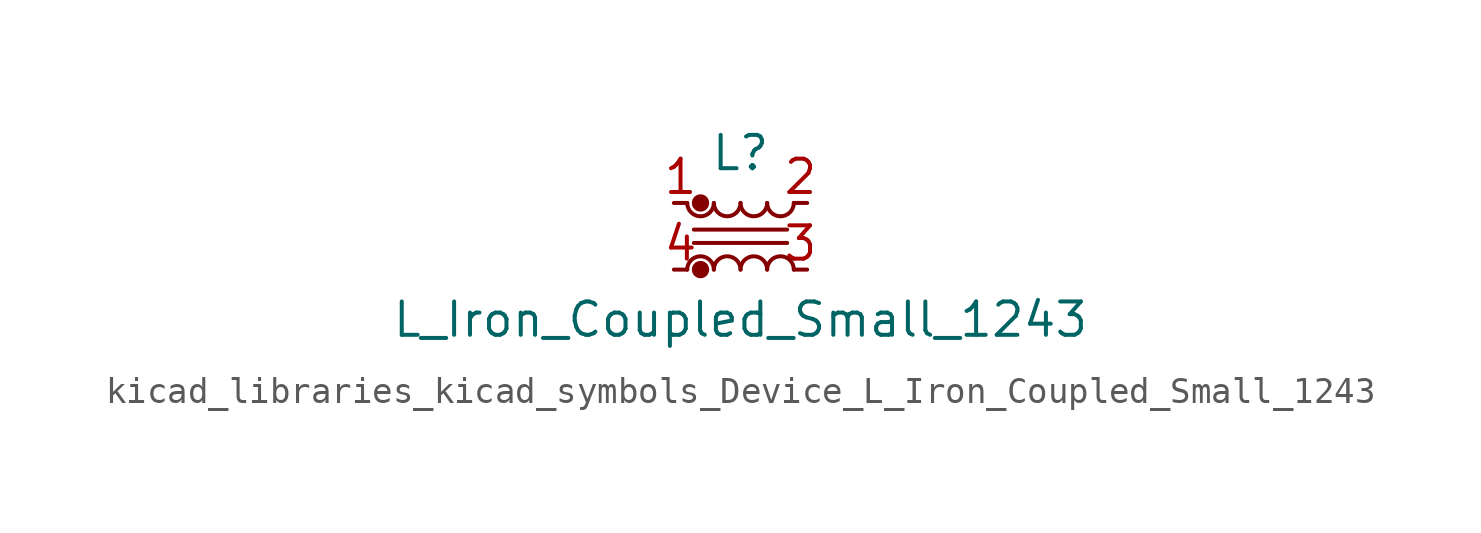
<source format=kicad_sym>
(kicad_symbol_lib
  (version 20220914)
  (generator kicad_symbol_editor)
  (symbol "kicad_libraries_kicad_symbols_Device_L_Iron_Coupled_Small_1243"
    (pin_names
      (offset 0.254) hide)
    (property "Reference" "L"
      (at 0 3.175 0)
      (effects (font (size 1.27 1.27))))
    (property "Value" "L_Iron_Coupled_Small_1243"
      (at 0 -3.175 0)
      (effects (font (size 1.27 1.27))))
    (symbol "kicad_libraries_kicad_symbols_Device_L_Iron_Coupled_Small_1243_0_1"
      (arc (start -2.032 1.27) (mid -1.524 0.7642) (end -1.016 1.27) (stroke (width 0) (type default)) (fill (type none)))
      (circle (center -1.524 -1.27) (radius 0.254) (stroke (width 0) (type default)) (fill (type outline)))
      (circle (center -1.524 1.27) (radius 0.254) (stroke (width 0) (type default)) (fill (type outline)))
      (arc (start -1.016 -1.27) (mid -1.524 -0.7642) (end -2.032 -1.27) (stroke (width 0) (type default)) (fill (type none)))
      (arc (start -1.016 1.27) (mid -0.508 0.7642) (end 0 1.27) (stroke (width 0) (type default)) (fill (type none)))
      (arc (start 0 -1.27) (mid -0.508 -0.7642) (end -1.016 -1.27) (stroke (width 0) (type default)) (fill (type none)))
      (polyline (pts (xy 1.778 -0.254) (xy -1.778 -0.254)) (stroke (width 0) (type default)) (fill (type none)))
      (polyline (pts (xy 1.778 0.254) (xy -1.778 0.254)) (stroke (width 0) (type default)) (fill (type none)))
      (arc (start 0 1.27) (mid 0.508 0.7642) (end 1.016 1.27) (stroke (width 0) (type default)) (fill (type none)))
      (arc (start 1.016 -1.27) (mid 0.508 -0.7642) (end 0 -1.27) (stroke (width 0) (type default)) (fill (type none)))
      (arc (start 1.016 1.27) (mid 1.524 0.7642) (end 2.032 1.27) (stroke (width 0) (type default)) (fill (type none)))
      (arc (start 2.032 -1.27) (mid 1.524 -0.7642) (end 1.016 -1.27) (stroke (width 0) (type default)) (fill (type none))))
    (symbol "kicad_libraries_kicad_symbols_Device_L_Iron_Coupled_Small_1243_1_1"
      (pin passive line (at -2.54 1.27 0) (length 0.508) (name "1" (effects (font (size 1.27 1.27)))) (number "1" (effects (font (size 1.27 1.27)))))
      (pin passive line (at 2.54 1.27 180) (length 0.508) (name "2" (effects (font (size 1.27 1.27)))) (number "2" (effects (font (size 1.27 1.27)))))
      (pin passive line (at 2.54 -1.27 180) (length 0.508) (name "3" (effects (font (size 1.27 1.27)))) (number "3" (effects (font (size 1.27 1.27)))))
      (pin passive line (at -2.54 -1.27 0) (length 0.508) (name "4" (effects (font (size 1.27 1.27)))) (number "4" (effects (font (size 1.27 1.27))))))))
</source>
